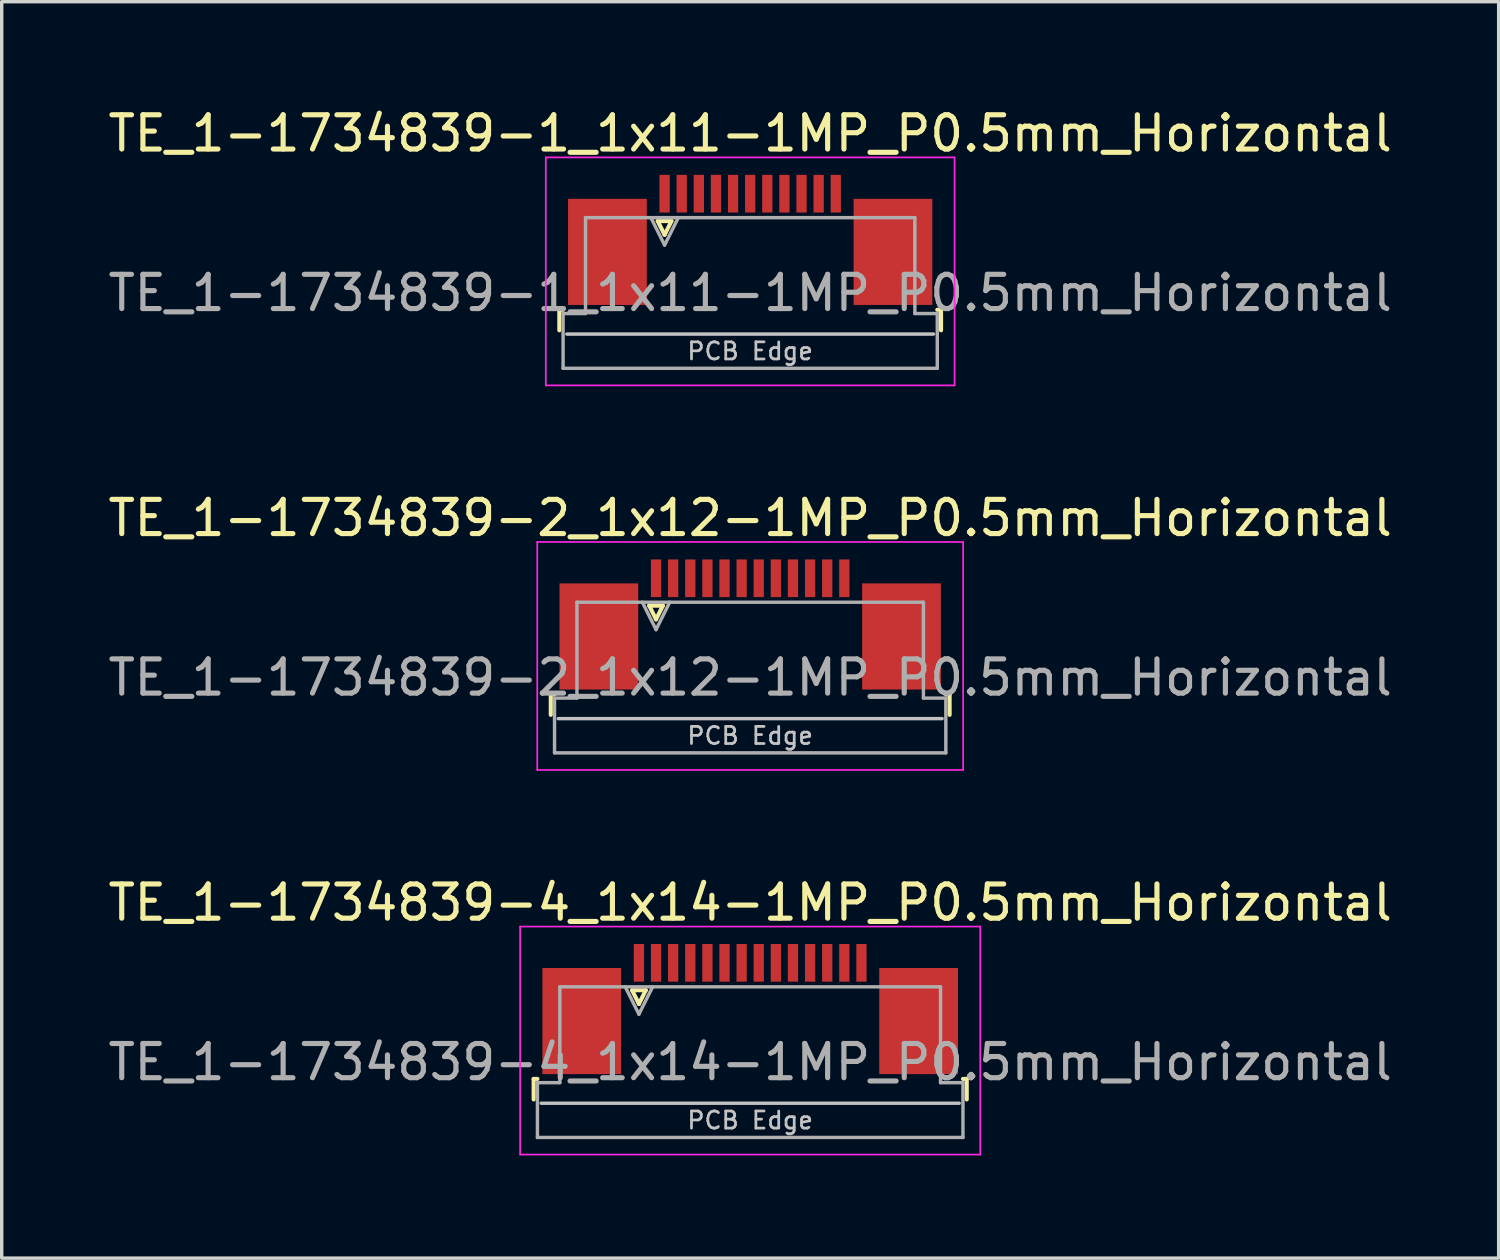
<source format=kicad_pcb>
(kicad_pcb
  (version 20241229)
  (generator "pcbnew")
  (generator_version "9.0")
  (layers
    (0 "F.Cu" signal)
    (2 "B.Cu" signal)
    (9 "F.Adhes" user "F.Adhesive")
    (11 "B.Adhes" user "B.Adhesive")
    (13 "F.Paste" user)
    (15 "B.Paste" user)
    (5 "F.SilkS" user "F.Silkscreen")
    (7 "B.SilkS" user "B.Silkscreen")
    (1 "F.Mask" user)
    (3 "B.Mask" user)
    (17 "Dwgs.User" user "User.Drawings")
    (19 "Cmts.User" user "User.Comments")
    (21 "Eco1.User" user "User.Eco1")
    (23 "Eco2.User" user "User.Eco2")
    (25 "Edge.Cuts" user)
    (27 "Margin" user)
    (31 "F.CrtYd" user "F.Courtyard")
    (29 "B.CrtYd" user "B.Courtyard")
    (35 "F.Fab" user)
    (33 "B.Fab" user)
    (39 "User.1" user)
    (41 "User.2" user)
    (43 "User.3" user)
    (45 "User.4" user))
  (footprint "TE_1-1734839-1_1x11-1MP_P0.5mm_Horizontal"
    (layer "F.Cu")
    (at 18.863 3.958)
    (property "Reference" "TE_1-1734839-1_1x11-1MP_P0.5mm_Horizontal" (at 0 -3.11 0) (layer "F.SilkS") (effects (font (size 1 1) (thickness 0.15))))
    (attr smd)
    (fp_line (start -5.575 2.04) (end -5.575 2.64) (stroke (width 0.12) (type solid)) (layer "F.SilkS"))
    (fp_line (start -5.465 2.04) (end -5.575 2.04) (stroke (width 0.12) (type solid)) (layer "F.SilkS"))
    (fp_line (start -2.7 -0.55) (end -2.5 -0.15) (stroke (width 0.12) (type solid)) (layer "F.SilkS"))
    (fp_line (start -2.5 -0.15) (end -2.3 -0.55) (stroke (width 0.12) (type solid)) (layer "F.SilkS"))
    (fp_line (start -2.3 -0.55) (end -2.7 -0.55) (stroke (width 0.12) (type solid)) (layer "F.SilkS"))
    (fp_line (start 5.465 2.04) (end 5.575 2.04) (stroke (width 0.12) (type solid)) (layer "F.SilkS"))
    (fp_line (start 5.575 2.04) (end 5.575 2.64) (stroke (width 0.12) (type solid)) (layer "F.SilkS"))
    (fp_line (start 5.355 2.75) (end -5.355 2.75) (stroke (width 0.1) (type solid)) (layer "Dwgs.User"))
    (fp_line (start -5.97 -2.41) (end -5.97 4.25) (stroke (width 0.05) (type solid)) (layer "F.CrtYd"))
    (fp_line (start -5.97 4.25) (end 5.97 4.25) (stroke (width 0.05) (type solid)) (layer "F.CrtYd"))
    (fp_line (start 5.97 -2.41) (end -5.97 -2.41) (stroke (width 0.05) (type solid)) (layer "F.CrtYd"))
    (fp_line (start 5.97 4.25) (end 5.97 -2.41) (stroke (width 0.05) (type solid)) (layer "F.CrtYd"))
    (fp_line (start -5.465 2.15) (end -4.81 2.15) (stroke (width 0.1) (type solid)) (layer "F.Fab"))
    (fp_line (start -5.465 3.75) (end -5.465 2.15) (stroke (width 0.1) (type solid)) (layer "F.Fab"))
    (fp_line (start -4.81 -0.65) (end 4.81 -0.65) (stroke (width 0.1) (type solid)) (layer "F.Fab"))
    (fp_line (start -4.81 2.15) (end -4.81 -0.65) (stroke (width 0.1) (type solid)) (layer "F.Fab"))
    (fp_line (start -2.9 -0.65) (end -2.5 0.15) (stroke (width 0.1) (type solid)) (layer "F.Fab"))
    (fp_line (start -2.5 0.15) (end -2.1 -0.65) (stroke (width 0.1) (type solid)) (layer "F.Fab"))
    (fp_line (start 4.81 -0.65) (end 4.81 2.15) (stroke (width 0.1) (type solid)) (layer "F.Fab"))
    (fp_line (start 4.81 2.15) (end 5.465 2.15) (stroke (width 0.1) (type solid)) (layer "F.Fab"))
    (fp_line (start 5.465 2.15) (end 5.465 3.75) (stroke (width 0.1) (type solid)) (layer "F.Fab"))
    (fp_line (start 5.465 3.75) (end -5.465 3.75) (stroke (width 0.1) (type solid)) (layer "F.Fab"))
    (fp_text user "PCB Edge" (at 0 3.25 0) (layer "Dwgs.User") (effects (font (size 0.5 0.5) (thickness 0.08))))
    (fp_text user "${REFERENCE}" (at 0 1.55 0) (layer "F.Fab") (effects (font (size 1 1) (thickness 0.15))))
    (pad "1" smd rect (at -2.5 -1.35) (size 0.3 1.1) (layers "F.Cu" "F.Mask" "F.Paste"))
    (pad "2" smd rect (at -2 -1.35) (size 0.3 1.1) (layers "F.Cu" "F.Mask" "F.Paste"))
    (pad "3" smd rect (at -1.5 -1.35) (size 0.3 1.1) (layers "F.Cu" "F.Mask" "F.Paste"))
    (pad "4" smd rect (at -1 -1.35) (size 0.3 1.1) (layers "F.Cu" "F.Mask" "F.Paste"))
    (pad "5" smd rect (at -0.5 -1.35) (size 0.3 1.1) (layers "F.Cu" "F.Mask" "F.Paste"))
    (pad "6" smd rect (at 0 -1.35) (size 0.3 1.1) (layers "F.Cu" "F.Mask" "F.Paste"))
    (pad "7" smd rect (at 0.5 -1.35) (size 0.3 1.1) (layers "F.Cu" "F.Mask" "F.Paste"))
    (pad "8" smd rect (at 1 -1.35) (size 0.3 1.1) (layers "F.Cu" "F.Mask" "F.Paste"))
    (pad "9" smd rect (at 1.5 -1.35) (size 0.3 1.1) (layers "F.Cu" "F.Mask" "F.Paste"))
    (pad "10" smd rect (at 2 -1.35) (size 0.3 1.1) (layers "F.Cu" "F.Mask" "F.Paste"))
    (pad "11" smd rect (at 2.5 -1.35) (size 0.3 1.1) (layers "F.Cu" "F.Mask" "F.Paste"))
    (pad "MP" smd rect (at -4.17 0.35) (size 2.3 3.1) (layers "F.Cu" "F.Mask" "F.Paste"))
    (pad "MP" smd rect (at 4.17 0.35) (size 2.3 3.1) (layers "F.Cu" "F.Mask" "F.Paste")))
  (footprint "TE_1-1734839-4_1x14-1MP_P0.5mm_Horizontal"
    (layer "F.Cu")
    (at 18.863 26.425)
    (property "Reference" "TE_1-1734839-4_1x14-1MP_P0.5mm_Horizontal" (at 0 -3.11 0) (layer "F.SilkS") (effects (font (size 1 1) (thickness 0.15))))
    (attr smd)
    (fp_line (start -6.325 2.04) (end -6.325 2.64) (stroke (width 0.12) (type solid)) (layer "F.SilkS"))
    (fp_line (start -6.215 2.04) (end -6.325 2.04) (stroke (width 0.12) (type solid)) (layer "F.SilkS"))
    (fp_line (start -3.45 -0.55) (end -3.25 -0.15) (stroke (width 0.12) (type solid)) (layer "F.SilkS"))
    (fp_line (start -3.25 -0.15) (end -3.05 -0.55) (stroke (width 0.12) (type solid)) (layer "F.SilkS"))
    (fp_line (start -3.05 -0.55) (end -3.45 -0.55) (stroke (width 0.12) (type solid)) (layer "F.SilkS"))
    (fp_line (start 6.215 2.04) (end 6.325 2.04) (stroke (width 0.12) (type solid)) (layer "F.SilkS"))
    (fp_line (start 6.325 2.04) (end 6.325 2.64) (stroke (width 0.12) (type solid)) (layer "F.SilkS"))
    (fp_line (start 6.105 2.75) (end -6.105 2.75) (stroke (width 0.1) (type solid)) (layer "Dwgs.User"))
    (fp_line (start -6.72 -2.41) (end -6.72 4.25) (stroke (width 0.05) (type solid)) (layer "F.CrtYd"))
    (fp_line (start -6.72 4.25) (end 6.72 4.25) (stroke (width 0.05) (type solid)) (layer "F.CrtYd"))
    (fp_line (start 6.72 -2.41) (end -6.72 -2.41) (stroke (width 0.05) (type solid)) (layer "F.CrtYd"))
    (fp_line (start 6.72 4.25) (end 6.72 -2.41) (stroke (width 0.05) (type solid)) (layer "F.CrtYd"))
    (fp_line (start -6.215 2.15) (end -5.56 2.15) (stroke (width 0.1) (type solid)) (layer "F.Fab"))
    (fp_line (start -6.215 3.75) (end -6.215 2.15) (stroke (width 0.1) (type solid)) (layer "F.Fab"))
    (fp_line (start -5.56 -0.65) (end 5.56 -0.65) (stroke (width 0.1) (type solid)) (layer "F.Fab"))
    (fp_line (start -5.56 2.15) (end -5.56 -0.65) (stroke (width 0.1) (type solid)) (layer "F.Fab"))
    (fp_line (start -3.65 -0.65) (end -3.25 0.15) (stroke (width 0.1) (type solid)) (layer "F.Fab"))
    (fp_line (start -3.25 0.15) (end -2.85 -0.65) (stroke (width 0.1) (type solid)) (layer "F.Fab"))
    (fp_line (start 5.56 -0.65) (end 5.56 2.15) (stroke (width 0.1) (type solid)) (layer "F.Fab"))
    (fp_line (start 5.56 2.15) (end 6.215 2.15) (stroke (width 0.1) (type solid)) (layer "F.Fab"))
    (fp_line (start 6.215 2.15) (end 6.215 3.75) (stroke (width 0.1) (type solid)) (layer "F.Fab"))
    (fp_line (start 6.215 3.75) (end -6.215 3.75) (stroke (width 0.1) (type solid)) (layer "F.Fab"))
    (fp_text user "PCB Edge" (at 0 3.25 0) (layer "Dwgs.User") (effects (font (size 0.5 0.5) (thickness 0.08))))
    (fp_text user "${REFERENCE}" (at 0 1.55 0) (layer "F.Fab") (effects (font (size 1 1) (thickness 0.15))))
    (pad "1" smd rect (at -3.25 -1.35) (size 0.3 1.1) (layers "F.Cu" "F.Mask" "F.Paste"))
    (pad "2" smd rect (at -2.75 -1.35) (size 0.3 1.1) (layers "F.Cu" "F.Mask" "F.Paste"))
    (pad "3" smd rect (at -2.25 -1.35) (size 0.3 1.1) (layers "F.Cu" "F.Mask" "F.Paste"))
    (pad "4" smd rect (at -1.75 -1.35) (size 0.3 1.1) (layers "F.Cu" "F.Mask" "F.Paste"))
    (pad "5" smd rect (at -1.25 -1.35) (size 0.3 1.1) (layers "F.Cu" "F.Mask" "F.Paste"))
    (pad "6" smd rect (at -0.75 -1.35) (size 0.3 1.1) (layers "F.Cu" "F.Mask" "F.Paste"))
    (pad "7" smd rect (at -0.25 -1.35) (size 0.3 1.1) (layers "F.Cu" "F.Mask" "F.Paste"))
    (pad "8" smd rect (at 0.25 -1.35) (size 0.3 1.1) (layers "F.Cu" "F.Mask" "F.Paste"))
    (pad "9" smd rect (at 0.75 -1.35) (size 0.3 1.1) (layers "F.Cu" "F.Mask" "F.Paste"))
    (pad "10" smd rect (at 1.25 -1.35) (size 0.3 1.1) (layers "F.Cu" "F.Mask" "F.Paste"))
    (pad "11" smd rect (at 1.75 -1.35) (size 0.3 1.1) (layers "F.Cu" "F.Mask" "F.Paste"))
    (pad "12" smd rect (at 2.25 -1.35) (size 0.3 1.1) (layers "F.Cu" "F.Mask" "F.Paste"))
    (pad "13" smd rect (at 2.75 -1.35) (size 0.3 1.1) (layers "F.Cu" "F.Mask" "F.Paste"))
    (pad "14" smd rect (at 3.25 -1.35) (size 0.3 1.1) (layers "F.Cu" "F.Mask" "F.Paste"))
    (pad "MP" smd rect (at -4.92 0.35) (size 2.3 3.1) (layers "F.Cu" "F.Mask" "F.Paste"))
    (pad "MP" smd rect (at 4.92 0.35) (size 2.3 3.1) (layers "F.Cu" "F.Mask" "F.Paste")))
  (footprint "TE_1-1734839-2_1x12-1MP_P0.5mm_Horizontal"
    (layer "F.Cu")
    (at 18.863 15.191)
    (property "Reference" "TE_1-1734839-2_1x12-1MP_P0.5mm_Horizontal" (at 0 -3.11 0) (layer "F.SilkS") (effects (font (size 1 1) (thickness 0.15))))
    (attr smd)
    (fp_line (start -5.825 2.04) (end -5.825 2.64) (stroke (width 0.12) (type solid)) (layer "F.SilkS"))
    (fp_line (start -5.715 2.04) (end -5.825 2.04) (stroke (width 0.12) (type solid)) (layer "F.SilkS"))
    (fp_line (start -2.95 -0.55) (end -2.75 -0.15) (stroke (width 0.12) (type solid)) (layer "F.SilkS"))
    (fp_line (start -2.75 -0.15) (end -2.55 -0.55) (stroke (width 0.12) (type solid)) (layer "F.SilkS"))
    (fp_line (start -2.55 -0.55) (end -2.95 -0.55) (stroke (width 0.12) (type solid)) (layer "F.SilkS"))
    (fp_line (start 5.715 2.04) (end 5.825 2.04) (stroke (width 0.12) (type solid)) (layer "F.SilkS"))
    (fp_line (start 5.825 2.04) (end 5.825 2.64) (stroke (width 0.12) (type solid)) (layer "F.SilkS"))
    (fp_line (start 5.605 2.75) (end -5.605 2.75) (stroke (width 0.1) (type solid)) (layer "Dwgs.User"))
    (fp_line (start -6.22 -2.41) (end -6.22 4.25) (stroke (width 0.05) (type solid)) (layer "F.CrtYd"))
    (fp_line (start -6.22 4.25) (end 6.22 4.25) (stroke (width 0.05) (type solid)) (layer "F.CrtYd"))
    (fp_line (start 6.22 -2.41) (end -6.22 -2.41) (stroke (width 0.05) (type solid)) (layer "F.CrtYd"))
    (fp_line (start 6.22 4.25) (end 6.22 -2.41) (stroke (width 0.05) (type solid)) (layer "F.CrtYd"))
    (fp_line (start -5.715 2.15) (end -5.06 2.15) (stroke (width 0.1) (type solid)) (layer "F.Fab"))
    (fp_line (start -5.715 3.75) (end -5.715 2.15) (stroke (width 0.1) (type solid)) (layer "F.Fab"))
    (fp_line (start -5.06 -0.65) (end 5.06 -0.65) (stroke (width 0.1) (type solid)) (layer "F.Fab"))
    (fp_line (start -5.06 2.15) (end -5.06 -0.65) (stroke (width 0.1) (type solid)) (layer "F.Fab"))
    (fp_line (start -3.15 -0.65) (end -2.75 0.15) (stroke (width 0.1) (type solid)) (layer "F.Fab"))
    (fp_line (start -2.75 0.15) (end -2.35 -0.65) (stroke (width 0.1) (type solid)) (layer "F.Fab"))
    (fp_line (start 5.06 -0.65) (end 5.06 2.15) (stroke (width 0.1) (type solid)) (layer "F.Fab"))
    (fp_line (start 5.06 2.15) (end 5.715 2.15) (stroke (width 0.1) (type solid)) (layer "F.Fab"))
    (fp_line (start 5.715 2.15) (end 5.715 3.75) (stroke (width 0.1) (type solid)) (layer "F.Fab"))
    (fp_line (start 5.715 3.75) (end -5.715 3.75) (stroke (width 0.1) (type solid)) (layer "F.Fab"))
    (fp_text user "PCB Edge" (at 0 3.25 0) (layer "Dwgs.User") (effects (font (size 0.5 0.5) (thickness 0.08))))
    (fp_text user "${REFERENCE}" (at 0 1.55 0) (layer "F.Fab") (effects (font (size 1 1) (thickness 0.15))))
    (pad "1" smd rect (at -2.75 -1.35) (size 0.3 1.1) (layers "F.Cu" "F.Mask" "F.Paste"))
    (pad "2" smd rect (at -2.25 -1.35) (size 0.3 1.1) (layers "F.Cu" "F.Mask" "F.Paste"))
    (pad "3" smd rect (at -1.75 -1.35) (size 0.3 1.1) (layers "F.Cu" "F.Mask" "F.Paste"))
    (pad "4" smd rect (at -1.25 -1.35) (size 0.3 1.1) (layers "F.Cu" "F.Mask" "F.Paste"))
    (pad "5" smd rect (at -0.75 -1.35) (size 0.3 1.1) (layers "F.Cu" "F.Mask" "F.Paste"))
    (pad "6" smd rect (at -0.25 -1.35) (size 0.3 1.1) (layers "F.Cu" "F.Mask" "F.Paste"))
    (pad "7" smd rect (at 0.25 -1.35) (size 0.3 1.1) (layers "F.Cu" "F.Mask" "F.Paste"))
    (pad "8" smd rect (at 0.75 -1.35) (size 0.3 1.1) (layers "F.Cu" "F.Mask" "F.Paste"))
    (pad "9" smd rect (at 1.25 -1.35) (size 0.3 1.1) (layers "F.Cu" "F.Mask" "F.Paste"))
    (pad "10" smd rect (at 1.75 -1.35) (size 0.3 1.1) (layers "F.Cu" "F.Mask" "F.Paste"))
    (pad "11" smd rect (at 2.25 -1.35) (size 0.3 1.1) (layers "F.Cu" "F.Mask" "F.Paste"))
    (pad "12" smd rect (at 2.75 -1.35) (size 0.3 1.1) (layers "F.Cu" "F.Mask" "F.Paste"))
    (pad "MP" smd rect (at -4.42 0.35) (size 2.3 3.1) (layers "F.Cu" "F.Mask" "F.Paste"))
    (pad "MP" smd rect (at 4.42 0.35) (size 2.3 3.1) (layers "F.Cu" "F.Mask" "F.Paste")))
  (gr_rect
    (start -3 -3)
    (end 40.726 33.7)
    (stroke (width 0.1) (type default))
    (fill no)
    (layer "Edge.Cuts")))
</source>
